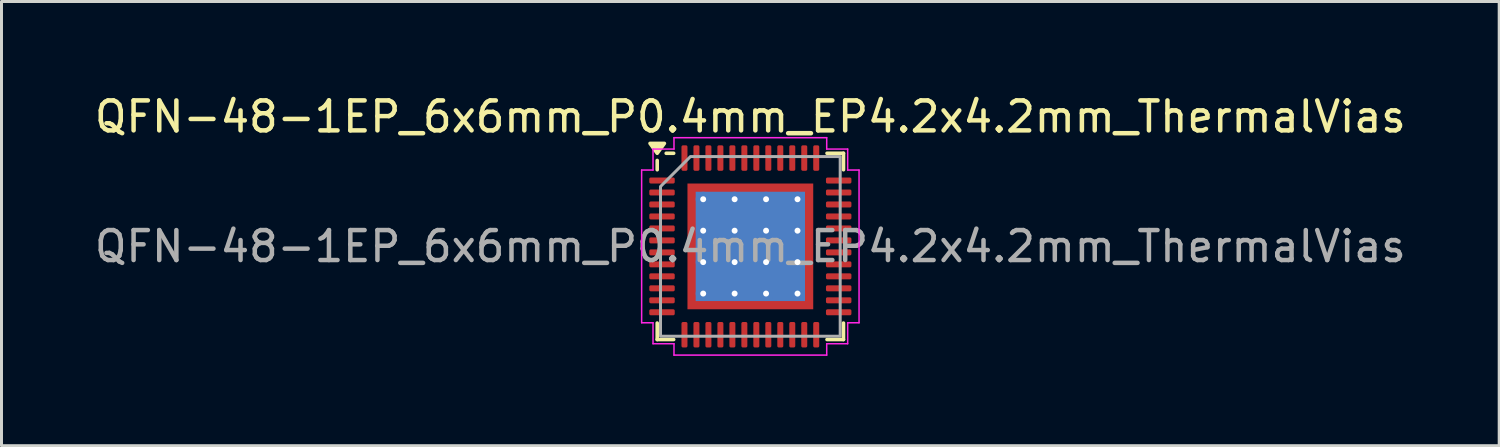
<source format=kicad_pcb>
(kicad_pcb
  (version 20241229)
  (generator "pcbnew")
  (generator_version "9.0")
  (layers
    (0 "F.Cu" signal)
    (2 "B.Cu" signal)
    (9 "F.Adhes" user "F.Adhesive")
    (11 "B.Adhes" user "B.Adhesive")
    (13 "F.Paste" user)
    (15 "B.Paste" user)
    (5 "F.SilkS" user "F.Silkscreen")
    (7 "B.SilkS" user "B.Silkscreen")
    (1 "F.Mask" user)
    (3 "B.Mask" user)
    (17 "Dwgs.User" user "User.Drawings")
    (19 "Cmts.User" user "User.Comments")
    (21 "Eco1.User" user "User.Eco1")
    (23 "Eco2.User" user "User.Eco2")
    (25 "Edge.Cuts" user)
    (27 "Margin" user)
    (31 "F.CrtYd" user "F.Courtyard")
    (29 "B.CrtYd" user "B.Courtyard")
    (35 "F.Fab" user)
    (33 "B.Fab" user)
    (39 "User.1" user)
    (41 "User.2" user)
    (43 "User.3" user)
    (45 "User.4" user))
  (footprint "QFN-48-1EP_6x6mm_P0.4mm_EP4.2x4.2mm_ThermalVias"
    (layer "F.Cu")
    (at 22.006 5.178)
    (property "Reference" "QFN-48-1EP_6x6mm_P0.4mm_EP4.2x4.2mm_ThermalVias" (at 0 -4.33 0) (layer "F.SilkS") (effects (font (size 1 1) (thickness 0.15))))
    (attr smd)
    (fp_line (start -3.11 -2.56) (end -3.11 -2.87) (stroke (width 0.12) (type solid)) (layer "F.SilkS"))
    (fp_line (start -3.11 3.11) (end -3.11 2.56) (stroke (width 0.12) (type solid)) (layer "F.SilkS"))
    (fp_line (start -2.56 -3.11) (end -2.81 -3.11) (stroke (width 0.12) (type solid)) (layer "F.SilkS"))
    (fp_line (start -2.56 3.11) (end -3.11 3.11) (stroke (width 0.12) (type solid)) (layer "F.SilkS"))
    (fp_line (start 2.56 -3.11) (end 3.11 -3.11) (stroke (width 0.12) (type solid)) (layer "F.SilkS"))
    (fp_line (start 2.56 3.11) (end 3.11 3.11) (stroke (width 0.12) (type solid)) (layer "F.SilkS"))
    (fp_line (start 3.11 -3.11) (end 3.11 -2.56) (stroke (width 0.12) (type solid)) (layer "F.SilkS"))
    (fp_line (start 3.11 3.11) (end 3.11 2.56) (stroke (width 0.12) (type solid)) (layer "F.SilkS"))
    (fp_poly (pts (xy -3.11 -3.11) (xy -3.35 -3.44) (xy -2.87 -3.44)) (stroke (width 0.12) (type solid)) (fill yes) (layer "F.SilkS"))
    (fp_line (start -3.63 -2.55) (end -3.25 -2.55) (stroke (width 0.05) (type solid)) (layer "F.CrtYd"))
    (fp_line (start -3.63 2.55) (end -3.63 -2.55) (stroke (width 0.05) (type solid)) (layer "F.CrtYd"))
    (fp_line (start -3.25 -3.25) (end -2.55 -3.25) (stroke (width 0.05) (type solid)) (layer "F.CrtYd"))
    (fp_line (start -3.25 -2.55) (end -3.25 -3.25) (stroke (width 0.05) (type solid)) (layer "F.CrtYd"))
    (fp_line (start -3.25 2.55) (end -3.63 2.55) (stroke (width 0.05) (type solid)) (layer "F.CrtYd"))
    (fp_line (start -3.25 3.25) (end -3.25 2.55) (stroke (width 0.05) (type solid)) (layer "F.CrtYd"))
    (fp_line (start -2.55 -3.63) (end 2.55 -3.63) (stroke (width 0.05) (type solid)) (layer "F.CrtYd"))
    (fp_line (start -2.55 -3.25) (end -2.55 -3.63) (stroke (width 0.05) (type solid)) (layer "F.CrtYd"))
    (fp_line (start -2.55 3.25) (end -3.25 3.25) (stroke (width 0.05) (type solid)) (layer "F.CrtYd"))
    (fp_line (start -2.55 3.63) (end -2.55 3.25) (stroke (width 0.05) (type solid)) (layer "F.CrtYd"))
    (fp_line (start 2.55 -3.63) (end 2.55 -3.25) (stroke (width 0.05) (type solid)) (layer "F.CrtYd"))
    (fp_line (start 2.55 -3.25) (end 3.25 -3.25) (stroke (width 0.05) (type solid)) (layer "F.CrtYd"))
    (fp_line (start 2.55 3.25) (end 2.55 3.63) (stroke (width 0.05) (type solid)) (layer "F.CrtYd"))
    (fp_line (start 2.55 3.63) (end -2.55 3.63) (stroke (width 0.05) (type solid)) (layer "F.CrtYd"))
    (fp_line (start 3.25 -3.25) (end 3.25 -2.55) (stroke (width 0.05) (type solid)) (layer "F.CrtYd"))
    (fp_line (start 3.25 -2.55) (end 3.63 -2.55) (stroke (width 0.05) (type solid)) (layer "F.CrtYd"))
    (fp_line (start 3.25 2.55) (end 3.25 3.25) (stroke (width 0.05) (type solid)) (layer "F.CrtYd"))
    (fp_line (start 3.25 3.25) (end 2.55 3.25) (stroke (width 0.05) (type solid)) (layer "F.CrtYd"))
    (fp_line (start 3.63 -2.55) (end 3.63 2.55) (stroke (width 0.05) (type solid)) (layer "F.CrtYd"))
    (fp_line (start 3.63 2.55) (end 3.25 2.55) (stroke (width 0.05) (type solid)) (layer "F.CrtYd"))
    (fp_poly (pts (xy -3 -2) (xy -3 3) (xy 3 3) (xy 3 -3) (xy -2 -3)) (stroke (width 0.1) (type solid)) (fill no) (layer "F.Fab"))
    (fp_text user "${REFERENCE}" (at 0 0 0) (layer "F.Fab") (effects (font (size 1 1) (thickness 0.15))))
    (pad "" smd roundrect (at -1.4 -1.4) (size 1.13 1.13) (layers "F.Paste") (roundrect_rratio 0.221))
    (pad "" smd roundrect (at -1.4 0) (size 1.13 1.13) (layers "F.Paste") (roundrect_rratio 0.221))
    (pad "" smd roundrect (at -1.4 1.4) (size 1.13 1.13) (layers "F.Paste") (roundrect_rratio 0.221))
    (pad "" smd roundrect (at 0 -1.4) (size 1.13 1.13) (layers "F.Paste") (roundrect_rratio 0.221))
    (pad "" smd roundrect (at 0 0) (size 1.13 1.13) (layers "F.Paste") (roundrect_rratio 0.221))
    (pad "" smd roundrect (at 0 1.4) (size 1.13 1.13) (layers "F.Paste") (roundrect_rratio 0.221))
    (pad "" smd roundrect (at 1.4 -1.4) (size 1.13 1.13) (layers "F.Paste") (roundrect_rratio 0.221))
    (pad "" smd roundrect (at 1.4 0) (size 1.13 1.13) (layers "F.Paste") (roundrect_rratio 0.221))
    (pad "" smd roundrect (at 1.4 1.4) (size 1.13 1.13) (layers "F.Paste") (roundrect_rratio 0.221))
    (pad "1" smd roundrect (at -2.95 -2.2) (size 0.85 0.2) (layers "F.Cu" "F.Mask" "F.Paste") (roundrect_rratio 0.25))
    (pad "2" smd roundrect (at -2.95 -1.8) (size 0.85 0.2) (layers "F.Cu" "F.Mask" "F.Paste") (roundrect_rratio 0.25))
    (pad "3" smd roundrect (at -2.95 -1.4) (size 0.85 0.2) (layers "F.Cu" "F.Mask" "F.Paste") (roundrect_rratio 0.25))
    (pad "4" smd roundrect (at -2.95 -1) (size 0.85 0.2) (layers "F.Cu" "F.Mask" "F.Paste") (roundrect_rratio 0.25))
    (pad "5" smd roundrect (at -2.95 -0.6) (size 0.85 0.2) (layers "F.Cu" "F.Mask" "F.Paste") (roundrect_rratio 0.25))
    (pad "6" smd roundrect (at -2.95 -0.2) (size 0.85 0.2) (layers "F.Cu" "F.Mask" "F.Paste") (roundrect_rratio 0.25))
    (pad "7" smd roundrect (at -2.95 0.2) (size 0.85 0.2) (layers "F.Cu" "F.Mask" "F.Paste") (roundrect_rratio 0.25))
    (pad "8" smd roundrect (at -2.95 0.6) (size 0.85 0.2) (layers "F.Cu" "F.Mask" "F.Paste") (roundrect_rratio 0.25))
    (pad "9" smd roundrect (at -2.95 1) (size 0.85 0.2) (layers "F.Cu" "F.Mask" "F.Paste") (roundrect_rratio 0.25))
    (pad "10" smd roundrect (at -2.95 1.4) (size 0.85 0.2) (layers "F.Cu" "F.Mask" "F.Paste") (roundrect_rratio 0.25))
    (pad "11" smd roundrect (at -2.95 1.8) (size 0.85 0.2) (layers "F.Cu" "F.Mask" "F.Paste") (roundrect_rratio 0.25))
    (pad "12" smd roundrect (at -2.95 2.2) (size 0.85 0.2) (layers "F.Cu" "F.Mask" "F.Paste") (roundrect_rratio 0.25))
    (pad "13" smd roundrect (at -2.2 2.95) (size 0.2 0.85) (layers "F.Cu" "F.Mask" "F.Paste") (roundrect_rratio 0.25))
    (pad "14" smd roundrect (at -1.8 2.95) (size 0.2 0.85) (layers "F.Cu" "F.Mask" "F.Paste") (roundrect_rratio 0.25))
    (pad "15" smd roundrect (at -1.4 2.95) (size 0.2 0.85) (layers "F.Cu" "F.Mask" "F.Paste") (roundrect_rratio 0.25))
    (pad "16" smd roundrect (at -1 2.95) (size 0.2 0.85) (layers "F.Cu" "F.Mask" "F.Paste") (roundrect_rratio 0.25))
    (pad "17" smd roundrect (at -0.6 2.95) (size 0.2 0.85) (layers "F.Cu" "F.Mask" "F.Paste") (roundrect_rratio 0.25))
    (pad "18" smd roundrect (at -0.2 2.95) (size 0.2 0.85) (layers "F.Cu" "F.Mask" "F.Paste") (roundrect_rratio 0.25))
    (pad "19" smd roundrect (at 0.2 2.95) (size 0.2 0.85) (layers "F.Cu" "F.Mask" "F.Paste") (roundrect_rratio 0.25))
    (pad "20" smd roundrect (at 0.6 2.95) (size 0.2 0.85) (layers "F.Cu" "F.Mask" "F.Paste") (roundrect_rratio 0.25))
    (pad "21" smd roundrect (at 1 2.95) (size 0.2 0.85) (layers "F.Cu" "F.Mask" "F.Paste") (roundrect_rratio 0.25))
    (pad "22" smd roundrect (at 1.4 2.95) (size 0.2 0.85) (layers "F.Cu" "F.Mask" "F.Paste") (roundrect_rratio 0.25))
    (pad "23" smd roundrect (at 1.8 2.95) (size 0.2 0.85) (layers "F.Cu" "F.Mask" "F.Paste") (roundrect_rratio 0.25))
    (pad "24" smd roundrect (at 2.2 2.95) (size 0.2 0.85) (layers "F.Cu" "F.Mask" "F.Paste") (roundrect_rratio 0.25))
    (pad "25" smd roundrect (at 2.95 2.2) (size 0.85 0.2) (layers "F.Cu" "F.Mask" "F.Paste") (roundrect_rratio 0.25))
    (pad "26" smd roundrect (at 2.95 1.8) (size 0.85 0.2) (layers "F.Cu" "F.Mask" "F.Paste") (roundrect_rratio 0.25))
    (pad "27" smd roundrect (at 2.95 1.4) (size 0.85 0.2) (layers "F.Cu" "F.Mask" "F.Paste") (roundrect_rratio 0.25))
    (pad "28" smd roundrect (at 2.95 1) (size 0.85 0.2) (layers "F.Cu" "F.Mask" "F.Paste") (roundrect_rratio 0.25))
    (pad "29" smd roundrect (at 2.95 0.6) (size 0.85 0.2) (layers "F.Cu" "F.Mask" "F.Paste") (roundrect_rratio 0.25))
    (pad "30" smd roundrect (at 2.95 0.2) (size 0.85 0.2) (layers "F.Cu" "F.Mask" "F.Paste") (roundrect_rratio 0.25))
    (pad "31" smd roundrect (at 2.95 -0.2) (size 0.85 0.2) (layers "F.Cu" "F.Mask" "F.Paste") (roundrect_rratio 0.25))
    (pad "32" smd roundrect (at 2.95 -0.6) (size 0.85 0.2) (layers "F.Cu" "F.Mask" "F.Paste") (roundrect_rratio 0.25))
    (pad "33" smd roundrect (at 2.95 -1) (size 0.85 0.2) (layers "F.Cu" "F.Mask" "F.Paste") (roundrect_rratio 0.25))
    (pad "34" smd roundrect (at 2.95 -1.4) (size 0.85 0.2) (layers "F.Cu" "F.Mask" "F.Paste") (roundrect_rratio 0.25))
    (pad "35" smd roundrect (at 2.95 -1.8) (size 0.85 0.2) (layers "F.Cu" "F.Mask" "F.Paste") (roundrect_rratio 0.25))
    (pad "36" smd roundrect (at 2.95 -2.2) (size 0.85 0.2) (layers "F.Cu" "F.Mask" "F.Paste") (roundrect_rratio 0.25))
    (pad "37" smd roundrect (at 2.2 -2.95) (size 0.2 0.85) (layers "F.Cu" "F.Mask" "F.Paste") (roundrect_rratio 0.25))
    (pad "38" smd roundrect (at 1.8 -2.95) (size 0.2 0.85) (layers "F.Cu" "F.Mask" "F.Paste") (roundrect_rratio 0.25))
    (pad "39" smd roundrect (at 1.4 -2.95) (size 0.2 0.85) (layers "F.Cu" "F.Mask" "F.Paste") (roundrect_rratio 0.25))
    (pad "40" smd roundrect (at 1 -2.95) (size 0.2 0.85) (layers "F.Cu" "F.Mask" "F.Paste") (roundrect_rratio 0.25))
    (pad "41" smd roundrect (at 0.6 -2.95) (size 0.2 0.85) (layers "F.Cu" "F.Mask" "F.Paste") (roundrect_rratio 0.25))
    (pad "42" smd roundrect (at 0.2 -2.95) (size 0.2 0.85) (layers "F.Cu" "F.Mask" "F.Paste") (roundrect_rratio 0.25))
    (pad "43" smd roundrect (at -0.2 -2.95) (size 0.2 0.85) (layers "F.Cu" "F.Mask" "F.Paste") (roundrect_rratio 0.25))
    (pad "44" smd roundrect (at -0.6 -2.95) (size 0.2 0.85) (layers "F.Cu" "F.Mask" "F.Paste") (roundrect_rratio 0.25))
    (pad "45" smd roundrect (at -1 -2.95) (size 0.2 0.85) (layers "F.Cu" "F.Mask" "F.Paste") (roundrect_rratio 0.25))
    (pad "46" smd roundrect (at -1.4 -2.95) (size 0.2 0.85) (layers "F.Cu" "F.Mask" "F.Paste") (roundrect_rratio 0.25))
    (pad "47" smd roundrect (at -1.8 -2.95) (size 0.2 0.85) (layers "F.Cu" "F.Mask" "F.Paste") (roundrect_rratio 0.25))
    (pad "48" smd roundrect (at -2.2 -2.95) (size 0.2 0.85) (layers "F.Cu" "F.Mask" "F.Paste") (roundrect_rratio 0.25))
    (pad "49" thru_hole circle (at -1.575 -1.575) (size 0.5 0.5) (drill 0.2) (property pad_prop_heatsink) (layers "*.Cu"))
    (pad "49" thru_hole circle (at -1.575 -0.525) (size 0.5 0.5) (drill 0.2) (property pad_prop_heatsink) (layers "*.Cu"))
    (pad "49" thru_hole circle (at -1.575 0.525) (size 0.5 0.5) (drill 0.2) (property pad_prop_heatsink) (layers "*.Cu"))
    (pad "49" thru_hole circle (at -1.575 1.575) (size 0.5 0.5) (drill 0.2) (property pad_prop_heatsink) (layers "*.Cu"))
    (pad "49" thru_hole circle (at -0.525 -1.575) (size 0.5 0.5) (drill 0.2) (property pad_prop_heatsink) (layers "*.Cu"))
    (pad "49" thru_hole circle (at -0.525 -0.525) (size 0.5 0.5) (drill 0.2) (property pad_prop_heatsink) (layers "*.Cu"))
    (pad "49" thru_hole circle (at -0.525 0.525) (size 0.5 0.5) (drill 0.2) (property pad_prop_heatsink) (layers "*.Cu"))
    (pad "49" thru_hole circle (at -0.525 1.575) (size 0.5 0.5) (drill 0.2) (property pad_prop_heatsink) (layers "*.Cu"))
    (pad "49" smd rect (at 0 0) (size 3.65 3.65) (property pad_prop_heatsink) (layers "B.Cu"))
    (pad "49" smd rect (at 0 0) (size 4.2 4.2) (property pad_prop_heatsink) (layers "F.Cu" "F.Mask"))
    (pad "49" thru_hole circle (at 0.525 -1.575) (size 0.5 0.5) (drill 0.2) (property pad_prop_heatsink) (layers "*.Cu"))
    (pad "49" thru_hole circle (at 0.525 -0.525) (size 0.5 0.5) (drill 0.2) (property pad_prop_heatsink) (layers "*.Cu"))
    (pad "49" thru_hole circle (at 0.525 0.525) (size 0.5 0.5) (drill 0.2) (property pad_prop_heatsink) (layers "*.Cu"))
    (pad "49" thru_hole circle (at 0.525 1.575) (size 0.5 0.5) (drill 0.2) (property pad_prop_heatsink) (layers "*.Cu"))
    (pad "49" thru_hole circle (at 1.575 -1.575) (size 0.5 0.5) (drill 0.2) (property pad_prop_heatsink) (layers "*.Cu"))
    (pad "49" thru_hole circle (at 1.575 -0.525) (size 0.5 0.5) (drill 0.2) (property pad_prop_heatsink) (layers "*.Cu"))
    (pad "49" thru_hole circle (at 1.575 0.525) (size 0.5 0.5) (drill 0.2) (property pad_prop_heatsink) (layers "*.Cu"))
    (pad "49" thru_hole circle (at 1.575 1.575) (size 0.5 0.5) (drill 0.2) (property pad_prop_heatsink) (layers "*.Cu")))
  (gr_rect
    (start -3 -3)
    (end 47.012 11.833)
    (stroke (width 0.1) (type default))
    (fill no)
    (layer "Edge.Cuts")))
</source>
